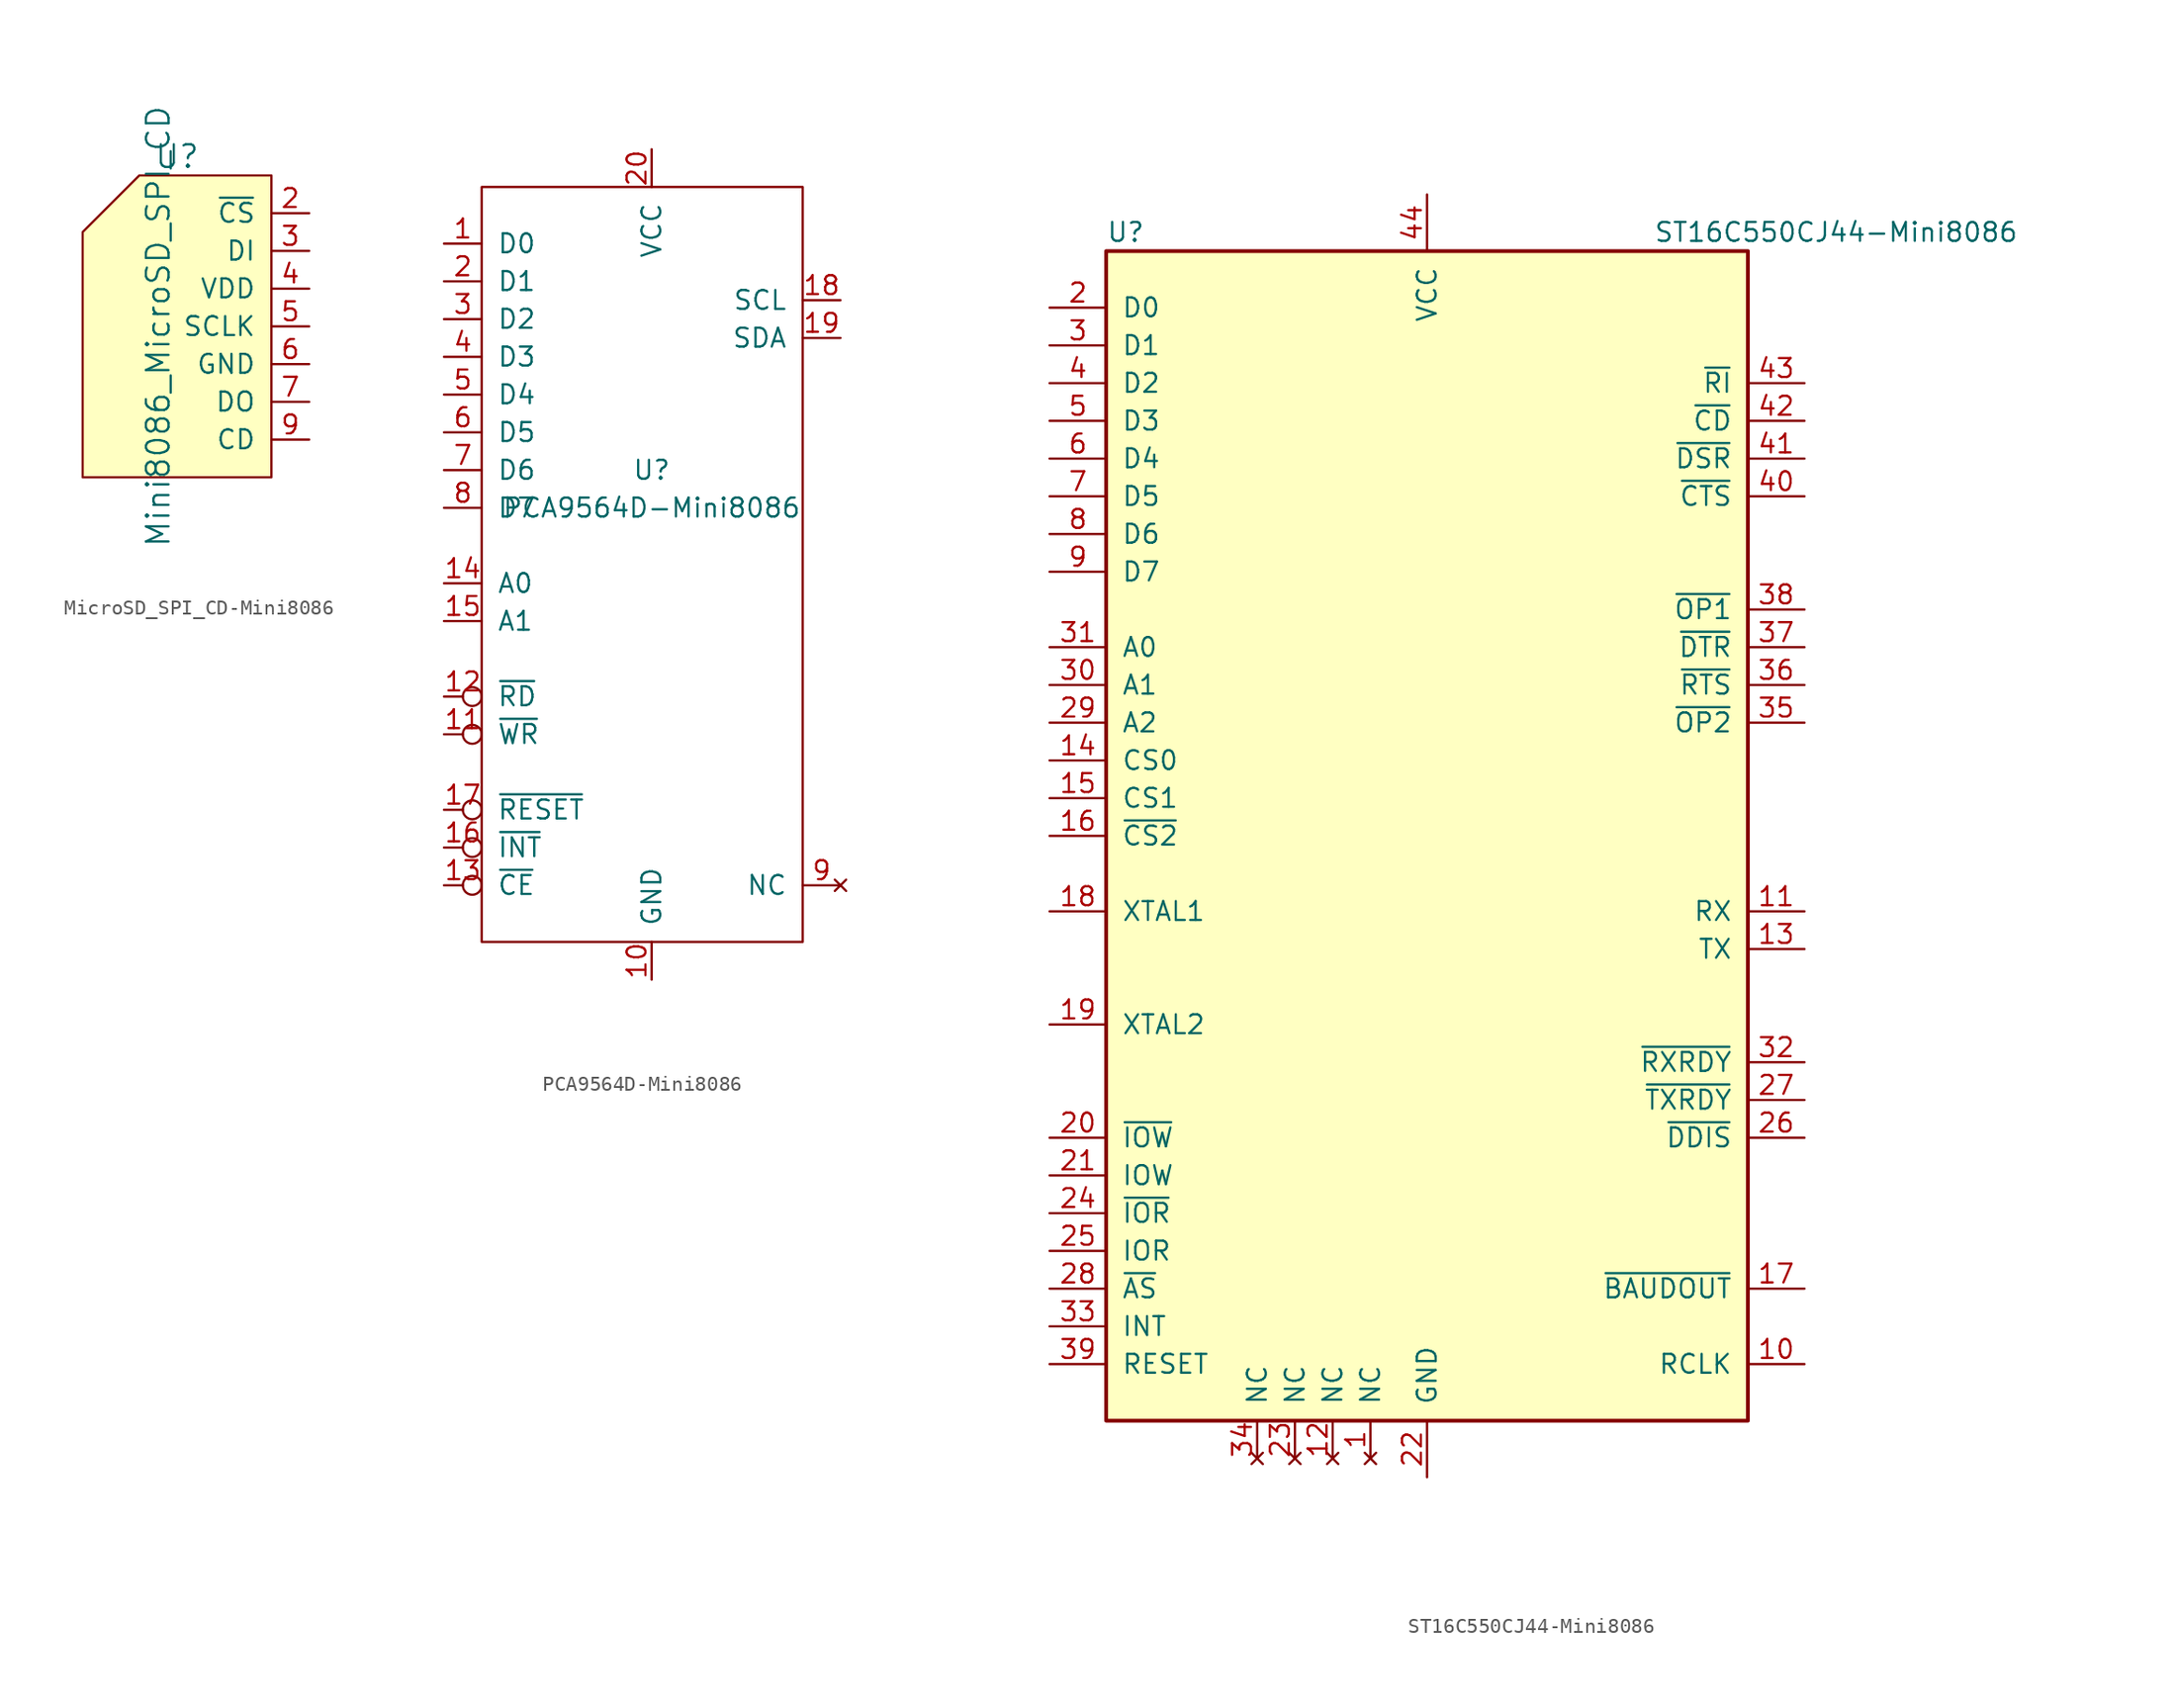
<source format=kicad_sym>
(kicad_symbol_lib
  (version 20220914)
  (generator kicad_symbol_editor)
  (symbol "MicroSD_SPI_CD-Mini8086"
    (pin_names
      (offset 1.016))
    (property "Reference" "U"
      (at 0 11.43 0)
      (effects (font (size 1.524 1.524))))
    (property "Value" "Mini8086_MicroSD_SPI_CD"
      (at -1.27 0 90)
      (effects (font (size 1.524 1.524))))
    (property "Footprint" ""
      (at -3.81 0 0)
      (effects (font (size 1.524 1.524))))
    (property "Datasheet" ""
      (at -3.81 0 0)
      (effects (font (size 1.524 1.524))))
    (symbol "MicroSD_SPI_CD-Mini8086_0_1"
      (polyline (pts (xy 6.35 10.16) (xy 6.35 -10.16) (xy -6.35 -10.16) (xy -6.35 6.35) (xy -2.54 10.16) (xy 6.35 10.16)) (stroke (width 0) (type solid)) (fill (type background))))
    (symbol "MicroSD_SPI_CD-Mini8086_1_1"
      (pin input line (at 8.89 7.62 180) (length 2.54) (name "~{CS}" (effects (font (size 1.27 1.27)))) (number "2" (effects (font (size 1.27 1.27)))))
      (pin input line (at 8.89 5.08 180) (length 2.54) (name "DI" (effects (font (size 1.27 1.27)))) (number "3" (effects (font (size 1.27 1.27)))))
      (pin input line (at 8.89 2.54 180) (length 2.54) (name "VDD" (effects (font (size 1.27 1.27)))) (number "4" (effects (font (size 1.27 1.27)))))
      (pin input line (at 8.89 0 180) (length 2.54) (name "SCLK" (effects (font (size 1.27 1.27)))) (number "5" (effects (font (size 1.27 1.27)))))
      (pin input line (at 8.89 -2.54 180) (length 2.54) (name "GND" (effects (font (size 1.27 1.27)))) (number "6" (effects (font (size 1.27 1.27)))))
      (pin input line (at 8.89 -5.08 180) (length 2.54) (name "DO" (effects (font (size 1.27 1.27)))) (number "7" (effects (font (size 1.27 1.27)))))
      (pin input line (at 8.89 -7.62 180) (length 2.54) (name "CD" (effects (font (size 1.27 1.27)))) (number "9" (effects (font (size 1.27 1.27)))))))
  (symbol "PCA9564D-Mini8086"
    (pin_names
      (offset 1.016))
    (property "Reference" "U"
      (at 0 2.54 0)
      (effects (font (size 1.27 1.27))))
    (property "Value" "PCA9564D-Mini8086"
      (at 0 0 0)
      (effects (font (size 1.27 1.27))))
    (symbol "PCA9564D-Mini8086_0_1"
      (rectangle (start -11.43 21.59) (end 10.16 -29.21) (stroke (width 0) (type solid)) (fill (type none))))
    (symbol "PCA9564D-Mini8086_1_1"
      (pin bidirectional line (at -13.97 17.78 0) (length 2.54) (name "D0" (effects (font (size 1.27 1.27)))) (number "1" (effects (font (size 1.27 1.27)))))
      (pin power_in line (at 0 -31.75 90) (length 2.54) (name "GND" (effects (font (size 1.27 1.27)))) (number "10" (effects (font (size 1.27 1.27)))))
      (pin input inverted (at -13.97 -15.24 0) (length 2.54) (name "~{WR}" (effects (font (size 1.27 1.27)))) (number "11" (effects (font (size 1.27 1.27)))))
      (pin input inverted (at -13.97 -12.7 0) (length 2.54) (name "~{RD}" (effects (font (size 1.27 1.27)))) (number "12" (effects (font (size 1.27 1.27)))))
      (pin input inverted (at -13.97 -25.4 0) (length 2.54) (name "~{CE}" (effects (font (size 1.27 1.27)))) (number "13" (effects (font (size 1.27 1.27)))))
      (pin input line (at -13.97 -5.08 0) (length 2.54) (name "A0" (effects (font (size 1.27 1.27)))) (number "14" (effects (font (size 1.27 1.27)))))
      (pin input line (at -13.97 -7.62 0) (length 2.54) (name "A1" (effects (font (size 1.27 1.27)))) (number "15" (effects (font (size 1.27 1.27)))))
      (pin output inverted (at -13.97 -22.86 0) (length 2.54) (name "~{INT}" (effects (font (size 1.27 1.27)))) (number "16" (effects (font (size 1.27 1.27)))))
      (pin input inverted (at -13.97 -20.32 0) (length 2.54) (name "~{RESET}" (effects (font (size 1.27 1.27)))) (number "17" (effects (font (size 1.27 1.27)))))
      (pin bidirectional line (at 12.7 13.97 180) (length 2.54) (name "SCL" (effects (font (size 1.27 1.27)))) (number "18" (effects (font (size 1.27 1.27)))))
      (pin bidirectional line (at 12.7 11.43 180) (length 2.54) (name "SDA" (effects (font (size 1.27 1.27)))) (number "19" (effects (font (size 1.27 1.27)))))
      (pin bidirectional line (at -13.97 15.24 0) (length 2.54) (name "D1" (effects (font (size 1.27 1.27)))) (number "2" (effects (font (size 1.27 1.27)))))
      (pin power_in line (at 0 24.13 270) (length 2.54) (name "VCC" (effects (font (size 1.27 1.27)))) (number "20" (effects (font (size 1.27 1.27)))))
      (pin bidirectional line (at -13.97 12.7 0) (length 2.54) (name "D2" (effects (font (size 1.27 1.27)))) (number "3" (effects (font (size 1.27 1.27)))))
      (pin bidirectional line (at -13.97 10.16 0) (length 2.54) (name "D3" (effects (font (size 1.27 1.27)))) (number "4" (effects (font (size 1.27 1.27)))))
      (pin bidirectional line (at -13.97 7.62 0) (length 2.54) (name "D4" (effects (font (size 1.27 1.27)))) (number "5" (effects (font (size 1.27 1.27)))))
      (pin bidirectional line (at -13.97 5.08 0) (length 2.54) (name "D5" (effects (font (size 1.27 1.27)))) (number "6" (effects (font (size 1.27 1.27)))))
      (pin bidirectional line (at -13.97 2.54 0) (length 2.54) (name "D6" (effects (font (size 1.27 1.27)))) (number "7" (effects (font (size 1.27 1.27)))))
      (pin bidirectional line (at -13.97 0 0) (length 2.54) (name "D7" (effects (font (size 1.27 1.27)))) (number "8" (effects (font (size 1.27 1.27)))))
      (pin no_connect line (at 12.7 -25.4 180) (length 2.54) (name "NC" (effects (font (size 1.27 1.27)))) (number "9" (effects (font (size 1.27 1.27)))))))
  (symbol "ST16C550CJ44-Mini8086"
    (pin_names
      (offset 1.016))
    (property "Reference" "U"
      (at -21.59 40.64 0)
      (effects (font (size 1.27 1.27)) (justify left)))
    (property "Value" "ST16C550CJ44-Mini8086"
      (at 15.24 40.64 0)
      (effects (font (size 1.27 1.27)) (justify left)))
    (symbol "ST16C550CJ44-Mini8086_0_1"
      (rectangle (start -21.59 -39.37) (end 21.59 39.37) (stroke (width 0.254) (type solid)) (fill (type background))))
    (symbol "ST16C550CJ44-Mini8086_1_1"
      (pin no_connect line (at -3.81 -41.91 90) (length 2.54) (name "NC" (effects (font (size 1.27 1.27)))) (number "1" (effects (font (size 1.27 1.27)))))
      (pin input line (at 25.4 -35.56 180) (length 3.81) (name "RCLK" (effects (font (size 1.27 1.27)))) (number "10" (effects (font (size 1.27 1.27)))))
      (pin input line (at 25.4 -5.08 180) (length 3.81) (name "RX" (effects (font (size 1.27 1.27)))) (number "11" (effects (font (size 1.27 1.27)))))
      (pin no_connect line (at -6.35 -41.91 90) (length 2.54) (name "NC" (effects (font (size 1.27 1.27)))) (number "12" (effects (font (size 1.27 1.27)))))
      (pin output line (at 25.4 -7.62 180) (length 3.81) (name "TX" (effects (font (size 1.27 1.27)))) (number "13" (effects (font (size 1.27 1.27)))))
      (pin input line (at -25.4 5.08 0) (length 3.81) (name "CS0" (effects (font (size 1.27 1.27)))) (number "14" (effects (font (size 1.27 1.27)))))
      (pin input line (at -25.4 2.54 0) (length 3.81) (name "CS1" (effects (font (size 1.27 1.27)))) (number "15" (effects (font (size 1.27 1.27)))))
      (pin input line (at -25.4 0 0) (length 3.81) (name "~{CS2}" (effects (font (size 1.27 1.27)))) (number "16" (effects (font (size 1.27 1.27)))))
      (pin output line (at 25.4 -30.48 180) (length 3.81) (name "~{BAUDOUT}" (effects (font (size 1.27 1.27)))) (number "17" (effects (font (size 1.27 1.27)))))
      (pin input line (at -25.4 -5.08 0) (length 3.81) (name "XTAL1" (effects (font (size 1.27 1.27)))) (number "18" (effects (font (size 1.27 1.27)))))
      (pin output line (at -25.4 -12.7 0) (length 3.81) (name "XTAL2" (effects (font (size 1.27 1.27)))) (number "19" (effects (font (size 1.27 1.27)))))
      (pin bidirectional line (at -25.4 35.56 0) (length 3.81) (name "D0" (effects (font (size 1.27 1.27)))) (number "2" (effects (font (size 1.27 1.27)))))
      (pin input line (at -25.4 -20.32 0) (length 3.81) (name "~{IOW}" (effects (font (size 1.27 1.27)))) (number "20" (effects (font (size 1.27 1.27)))))
      (pin input line (at -25.4 -22.86 0) (length 3.81) (name "IOW" (effects (font (size 1.27 1.27)))) (number "21" (effects (font (size 1.27 1.27)))))
      (pin power_in line (at 0 -43.18 90) (length 3.81) (name "GND" (effects (font (size 1.27 1.27)))) (number "22" (effects (font (size 1.27 1.27)))))
      (pin no_connect line (at -8.89 -41.91 90) (length 2.54) (name "NC" (effects (font (size 1.27 1.27)))) (number "23" (effects (font (size 1.27 1.27)))))
      (pin input line (at -25.4 -25.4 0) (length 3.81) (name "~{IOR}" (effects (font (size 1.27 1.27)))) (number "24" (effects (font (size 1.27 1.27)))))
      (pin input line (at -25.4 -27.94 0) (length 3.81) (name "IOR" (effects (font (size 1.27 1.27)))) (number "25" (effects (font (size 1.27 1.27)))))
      (pin output line (at 25.4 -20.32 180) (length 3.81) (name "~{DDIS}" (effects (font (size 1.27 1.27)))) (number "26" (effects (font (size 1.27 1.27)))))
      (pin output line (at 25.4 -17.78 180) (length 3.81) (name "~{TXRDY}" (effects (font (size 1.27 1.27)))) (number "27" (effects (font (size 1.27 1.27)))))
      (pin input line (at -25.4 -30.48 0) (length 3.81) (name "~{AS}" (effects (font (size 1.27 1.27)))) (number "28" (effects (font (size 1.27 1.27)))))
      (pin input line (at -25.4 7.62 0) (length 3.81) (name "A2" (effects (font (size 1.27 1.27)))) (number "29" (effects (font (size 1.27 1.27)))))
      (pin bidirectional line (at -25.4 33.02 0) (length 3.81) (name "D1" (effects (font (size 1.27 1.27)))) (number "3" (effects (font (size 1.27 1.27)))))
      (pin input line (at -25.4 10.16 0) (length 3.81) (name "A1" (effects (font (size 1.27 1.27)))) (number "30" (effects (font (size 1.27 1.27)))))
      (pin input line (at -25.4 12.7 0) (length 3.81) (name "A0" (effects (font (size 1.27 1.27)))) (number "31" (effects (font (size 1.27 1.27)))))
      (pin output line (at 25.4 -15.24 180) (length 3.81) (name "~{RXRDY}" (effects (font (size 1.27 1.27)))) (number "32" (effects (font (size 1.27 1.27)))))
      (pin output line (at -25.4 -33.02 0) (length 3.81) (name "INT" (effects (font (size 1.27 1.27)))) (number "33" (effects (font (size 1.27 1.27)))))
      (pin no_connect line (at -11.43 -41.91 90) (length 2.54) (name "NC" (effects (font (size 1.27 1.27)))) (number "34" (effects (font (size 1.27 1.27)))))
      (pin output line (at 25.4 7.62 180) (length 3.81) (name "~{OP2}" (effects (font (size 1.27 1.27)))) (number "35" (effects (font (size 1.27 1.27)))))
      (pin output line (at 25.4 10.16 180) (length 3.81) (name "~{RTS}" (effects (font (size 1.27 1.27)))) (number "36" (effects (font (size 1.27 1.27)))))
      (pin output line (at 25.4 12.7 180) (length 3.81) (name "~{DTR}" (effects (font (size 1.27 1.27)))) (number "37" (effects (font (size 1.27 1.27)))))
      (pin output line (at 25.4 15.24 180) (length 3.81) (name "~{OP1}" (effects (font (size 1.27 1.27)))) (number "38" (effects (font (size 1.27 1.27)))))
      (pin input line (at -25.4 -35.56 0) (length 3.81) (name "RESET" (effects (font (size 1.27 1.27)))) (number "39" (effects (font (size 1.27 1.27)))))
      (pin bidirectional line (at -25.4 30.48 0) (length 3.81) (name "D2" (effects (font (size 1.27 1.27)))) (number "4" (effects (font (size 1.27 1.27)))))
      (pin input line (at 25.4 22.86 180) (length 3.81) (name "~{CTS}" (effects (font (size 1.27 1.27)))) (number "40" (effects (font (size 1.27 1.27)))))
      (pin input line (at 25.4 25.4 180) (length 3.81) (name "~{DSR}" (effects (font (size 1.27 1.27)))) (number "41" (effects (font (size 1.27 1.27)))))
      (pin input line (at 25.4 27.94 180) (length 3.81) (name "~{CD}" (effects (font (size 1.27 1.27)))) (number "42" (effects (font (size 1.27 1.27)))))
      (pin input line (at 25.4 30.48 180) (length 3.81) (name "~{RI}" (effects (font (size 1.27 1.27)))) (number "43" (effects (font (size 1.27 1.27)))))
      (pin power_in line (at 0 43.18 270) (length 3.81) (name "VCC" (effects (font (size 1.27 1.27)))) (number "44" (effects (font (size 1.27 1.27)))))
      (pin bidirectional line (at -25.4 27.94 0) (length 3.81) (name "D3" (effects (font (size 1.27 1.27)))) (number "5" (effects (font (size 1.27 1.27)))))
      (pin bidirectional line (at -25.4 25.4 0) (length 3.81) (name "D4" (effects (font (size 1.27 1.27)))) (number "6" (effects (font (size 1.27 1.27)))))
      (pin bidirectional line (at -25.4 22.86 0) (length 3.81) (name "D5" (effects (font (size 1.27 1.27)))) (number "7" (effects (font (size 1.27 1.27)))))
      (pin bidirectional line (at -25.4 20.32 0) (length 3.81) (name "D6" (effects (font (size 1.27 1.27)))) (number "8" (effects (font (size 1.27 1.27)))))
      (pin bidirectional line (at -25.4 17.78 0) (length 3.81) (name "D7" (effects (font (size 1.27 1.27)))) (number "9" (effects (font (size 1.27 1.27))))))))
</source>
